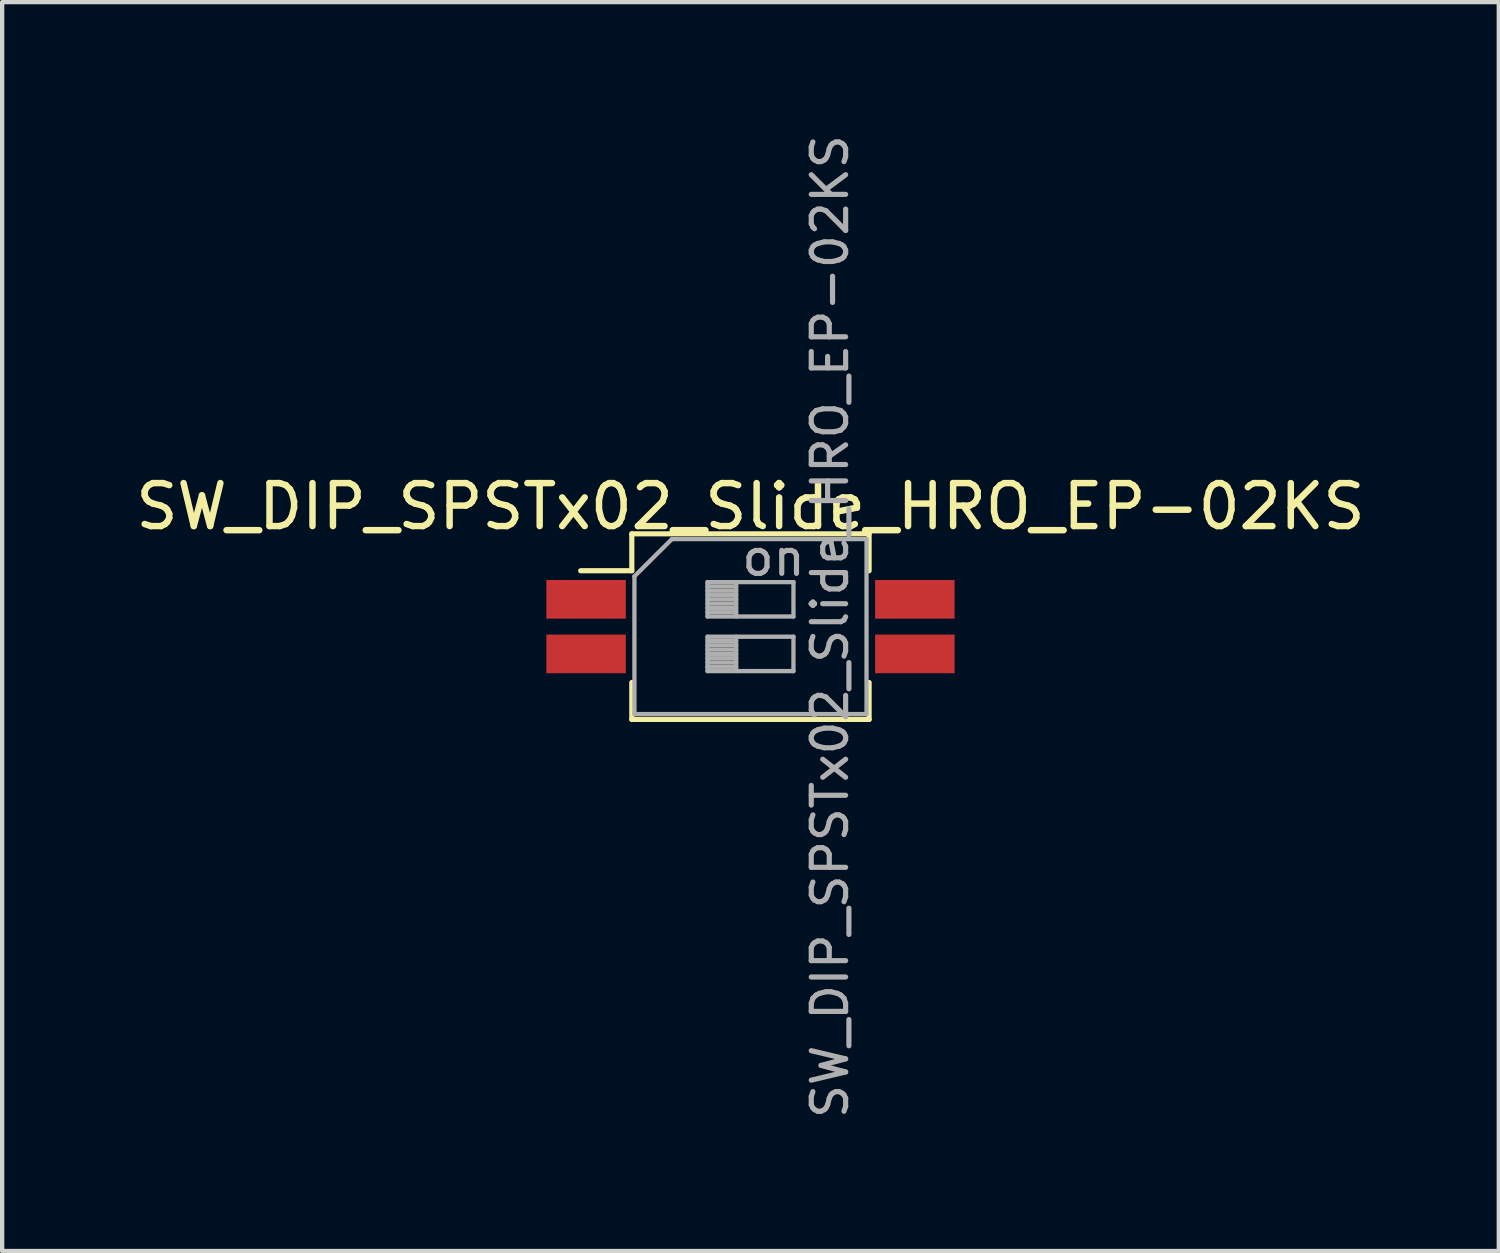
<source format=kicad_pcb>
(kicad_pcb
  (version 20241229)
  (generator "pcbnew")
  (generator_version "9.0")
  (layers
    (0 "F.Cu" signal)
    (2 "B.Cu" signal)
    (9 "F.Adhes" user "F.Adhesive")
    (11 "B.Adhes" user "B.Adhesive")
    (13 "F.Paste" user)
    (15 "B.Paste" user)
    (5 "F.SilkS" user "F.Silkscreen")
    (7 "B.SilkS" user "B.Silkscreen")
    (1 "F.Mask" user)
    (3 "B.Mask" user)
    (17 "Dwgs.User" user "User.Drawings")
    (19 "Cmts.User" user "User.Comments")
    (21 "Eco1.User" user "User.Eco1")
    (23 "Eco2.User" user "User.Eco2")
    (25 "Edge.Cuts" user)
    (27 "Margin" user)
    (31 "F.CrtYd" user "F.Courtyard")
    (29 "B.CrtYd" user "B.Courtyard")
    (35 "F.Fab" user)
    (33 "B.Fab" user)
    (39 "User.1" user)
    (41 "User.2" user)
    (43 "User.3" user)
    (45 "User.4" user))
  (footprint "SW_DIP_SPSTx02_Slide_HRO_EP-02KS"
    (layer "F.Cu")
    (at 14.411 11.529)
    (property "Reference" "SW_DIP_SPSTx02_Slide_HRO_EP-02KS" (at 0 -2.794 0) (layer "F.SilkS") (effects (font (size 1 1) (thickness 0.15))))
    (attr smd)
    (fp_line (start -3.951 -1.3) (end -2.761 -1.3) (stroke (width 0.12) (type solid)) (layer "F.SilkS"))
    (fp_line (start -2.761 -2.159) (end -2.761 -1.3) (stroke (width 0.12) (type solid)) (layer "F.SilkS"))
    (fp_line (start -2.761 -2.159) (end 2.76 -2.159) (stroke (width 0.12) (type solid)) (layer "F.SilkS"))
    (fp_line (start -2.761 1.3) (end -2.761 2.159) (stroke (width 0.12) (type solid)) (layer "F.SilkS"))
    (fp_line (start -2.761 2.159) (end 2.76 2.159) (stroke (width 0.12) (type solid)) (layer "F.SilkS"))
    (fp_line (start 2.76 -2.159) (end 2.76 -1.3) (stroke (width 0.12) (type solid)) (layer "F.SilkS"))
    (fp_line (start 2.76 1.3) (end 2.76 2.159) (stroke (width 0.12) (type solid)) (layer "F.SilkS"))
    (fp_line (start -2.7 -1.17) (end -1.83 -2.035) (stroke (width 0.1) (type solid)) (layer "F.Fab"))
    (fp_line (start -2.7 2.035) (end -2.7 -1.17) (stroke (width 0.1) (type solid)) (layer "F.Fab"))
    (fp_line (start -1.83 -2.035) (end 2.7 -2.035) (stroke (width 0.1) (type solid)) (layer "F.Fab"))
    (fp_line (start -1 -1.035) (end -1 -0.235) (stroke (width 0.1) (type solid)) (layer "F.Fab"))
    (fp_line (start -1 -0.935) (end -0.333 -0.935) (stroke (width 0.1) (type solid)) (layer "F.Fab"))
    (fp_line (start -1 -0.835) (end -0.333 -0.835) (stroke (width 0.1) (type solid)) (layer "F.Fab"))
    (fp_line (start -1 -0.735) (end -0.333 -0.735) (stroke (width 0.1) (type solid)) (layer "F.Fab"))
    (fp_line (start -1 -0.635) (end -0.333 -0.635) (stroke (width 0.1) (type solid)) (layer "F.Fab"))
    (fp_line (start -1 -0.535) (end -0.333 -0.535) (stroke (width 0.1) (type solid)) (layer "F.Fab"))
    (fp_line (start -1 -0.435) (end -0.333 -0.435) (stroke (width 0.1) (type solid)) (layer "F.Fab"))
    (fp_line (start -1 -0.335) (end -0.333 -0.335) (stroke (width 0.1) (type solid)) (layer "F.Fab"))
    (fp_line (start -1 -0.235) (end 1 -0.235) (stroke (width 0.1) (type solid)) (layer "F.Fab"))
    (fp_line (start -1 0.235) (end -1 1.035) (stroke (width 0.1) (type solid)) (layer "F.Fab"))
    (fp_line (start -1 0.335) (end -0.333 0.335) (stroke (width 0.1) (type solid)) (layer "F.Fab"))
    (fp_line (start -1 0.435) (end -0.333 0.435) (stroke (width 0.1) (type solid)) (layer "F.Fab"))
    (fp_line (start -1 0.535) (end -0.333 0.535) (stroke (width 0.1) (type solid)) (layer "F.Fab"))
    (fp_line (start -1 0.635) (end -0.333 0.635) (stroke (width 0.1) (type solid)) (layer "F.Fab"))
    (fp_line (start -1 0.735) (end -0.333 0.735) (stroke (width 0.1) (type solid)) (layer "F.Fab"))
    (fp_line (start -1 0.835) (end -0.333 0.835) (stroke (width 0.1) (type solid)) (layer "F.Fab"))
    (fp_line (start -1 0.935) (end -0.333 0.935) (stroke (width 0.1) (type solid)) (layer "F.Fab"))
    (fp_line (start -1 1.035) (end 1 1.035) (stroke (width 0.1) (type solid)) (layer "F.Fab"))
    (fp_line (start -0.333 -1.035) (end -0.333 -0.235) (stroke (width 0.1) (type solid)) (layer "F.Fab"))
    (fp_line (start -0.333 0.235) (end -0.333 1.035) (stroke (width 0.1) (type solid)) (layer "F.Fab"))
    (fp_line (start 1 -1.035) (end -1 -1.035) (stroke (width 0.1) (type solid)) (layer "F.Fab"))
    (fp_line (start 1 -0.235) (end 1 -1.035) (stroke (width 0.1) (type solid)) (layer "F.Fab"))
    (fp_line (start 1 0.235) (end -1 0.235) (stroke (width 0.1) (type solid)) (layer "F.Fab"))
    (fp_line (start 1 1.035) (end 1 0.235) (stroke (width 0.1) (type solid)) (layer "F.Fab"))
    (fp_line (start 2.7 -2.035) (end 2.7 2.035) (stroke (width 0.1) (type solid)) (layer "F.Fab"))
    (fp_line (start 2.7 2.035) (end -2.7 2.035) (stroke (width 0.1) (type solid)) (layer "F.Fab"))
    (fp_text user "on" (at 0.537 -1.603 0) (layer "F.Fab") (effects (font (size 0.8 0.8) (thickness 0.12))))
    (fp_text user "${REFERENCE}" (at 1.85 0 90) (layer "F.Fab") (effects (font (size 0.8 0.8) (thickness 0.12))))
    (pad "1" smd rect (at -3.825 -0.635) (size 1.85 0.9) (layers "F.Cu" "F.Mask" "F.Paste"))
    (pad "2" smd rect (at -3.825 0.635) (size 1.85 0.9) (layers "F.Cu" "F.Mask" "F.Paste"))
    (pad "3" smd rect (at 3.825 0.635) (size 1.85 0.9) (layers "F.Cu" "F.Mask" "F.Paste"))
    (pad "4" smd rect (at 3.825 -0.635) (size 1.85 0.9) (layers "F.Cu" "F.Mask" "F.Paste")))
  (gr_rect
    (start -3 -3)
    (end 31.821 26.057)
    (stroke (width 0.1) (type default))
    (fill no)
    (layer "Edge.Cuts")))
</source>
